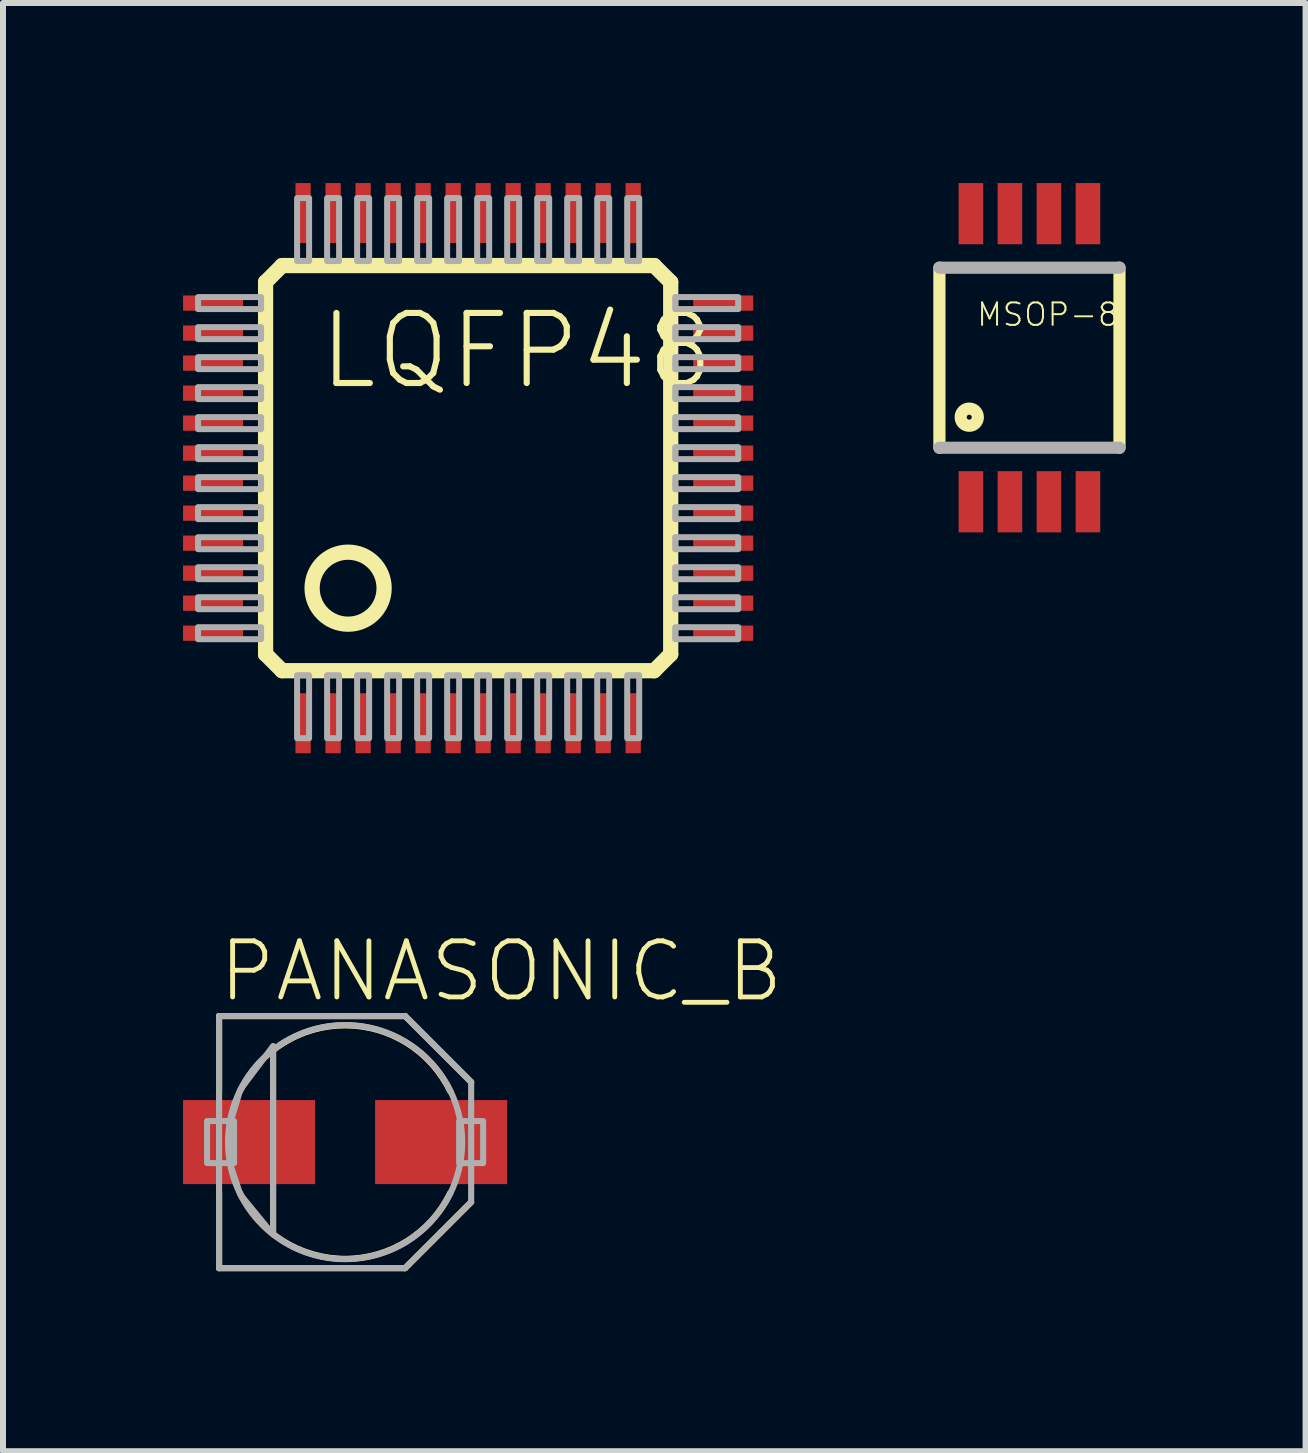
<source format=kicad_pcb>
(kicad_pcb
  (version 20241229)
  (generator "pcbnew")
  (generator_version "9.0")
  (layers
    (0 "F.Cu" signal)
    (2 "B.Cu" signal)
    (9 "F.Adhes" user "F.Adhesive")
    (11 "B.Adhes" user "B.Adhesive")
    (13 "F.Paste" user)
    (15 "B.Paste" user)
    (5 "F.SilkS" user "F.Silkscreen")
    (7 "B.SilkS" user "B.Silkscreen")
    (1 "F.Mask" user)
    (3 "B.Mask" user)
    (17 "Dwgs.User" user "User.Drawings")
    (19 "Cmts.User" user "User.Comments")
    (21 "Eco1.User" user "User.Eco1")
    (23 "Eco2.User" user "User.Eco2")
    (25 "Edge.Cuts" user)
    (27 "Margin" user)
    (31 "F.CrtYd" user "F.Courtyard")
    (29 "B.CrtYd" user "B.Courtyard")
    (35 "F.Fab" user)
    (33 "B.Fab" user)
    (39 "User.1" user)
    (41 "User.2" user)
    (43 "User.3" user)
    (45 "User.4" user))
  (footprint "PANASONIC_B"
    (layer "F.Cu")
    (at 2.7 15.979)
    (property "Reference" "PANASONIC_B" (at -2.15 -2.3 0) (layer "F.SilkS") (effects (font (size 0.935 0.935) (thickness 0.081)) (justify left bottom)))
    (fp_line (start -2.1 -2.1) (end 1 -2.1) (stroke (width 0.102) (type solid)) (layer "F.SilkS"))
    (fp_line (start -2.1 -0.85) (end -2.1 -2.1) (stroke (width 0.102) (type solid)) (layer "F.SilkS"))
    (fp_line (start -2.1 2.1) (end -2.1 0.85) (stroke (width 0.102) (type solid)) (layer "F.SilkS"))
    (fp_line (start 1 -2.1) (end 2.1 -1) (stroke (width 0.102) (type solid)) (layer "F.SilkS"))
    (fp_line (start 1 2.1) (end -2.1 2.1) (stroke (width 0.102) (type solid)) (layer "F.SilkS"))
    (fp_line (start 2.1 1) (end 1 2.1) (stroke (width 0.102) (type solid)) (layer "F.SilkS"))
    (fp_arc (start -1.75 -0.85) (mid 0 -1.945508) (end 1.75 -0.85) (stroke (width 0.1016) (type solid)) (layer "F.SilkS"))
    (fp_arc (start 1.75 0.85) (mid 0 1.945508) (end -1.75 0.85) (stroke (width 0.1016) (type solid)) (layer "F.SilkS"))
    (fp_line (start -2.1 -2.1) (end 1 -2.1) (stroke (width 0.102) (type solid)) (layer "F.Fab"))
    (fp_line (start -2.1 2.1) (end -2.1 -2.1) (stroke (width 0.102) (type solid)) (layer "F.Fab"))
    (fp_line (start -1.2 -1.5) (end -1.2 1.5) (stroke (width 0.102) (type solid)) (layer "F.Fab"))
    (fp_line (start 1 -2.1) (end 2.1 -1) (stroke (width 0.102) (type solid)) (layer "F.Fab"))
    (fp_line (start 1 2.1) (end -2.1 2.1) (stroke (width 0.102) (type solid)) (layer "F.Fab"))
    (fp_line (start 2.1 -1) (end 2.1 1) (stroke (width 0.102) (type solid)) (layer "F.Fab"))
    (fp_line (start 2.1 1) (end 1 2.1) (stroke (width 0.102) (type solid)) (layer "F.Fab"))
    (fp_circle (center 0 0) (end 1.95 0) (stroke (width 0.102) (type solid)) (fill no) (layer "F.Fab"))
    (fp_poly (pts (xy -2.3 0.35) (xy -1.85 0.35) (xy -1.85 -0.35) (xy -2.3 -0.35)) (stroke (width 0.1) (type solid)) (fill no) (layer "F.Fab"))
    (fp_poly (pts (xy 1.9 0.35) (xy 2.3 0.35) (xy 2.3 -0.35) (xy 1.9 -0.35)) (stroke (width 0.1) (type solid)) (fill no) (layer "F.Fab"))
    (fp_poly (pts (xy -1.199 1.542) (xy -1.745 0.875) (xy -1.901 0.408) (xy -1.901 -0.357) (xy -1.746 -0.873) (xy -1.199 -1.602)) (stroke (width 0.1) (type solid)) (fill no) (layer "F.Fab"))
    (pad "+" smd rect (at 1.6 0) (size 2.2 1.4) (layers "F.Cu" "F.Mask" "F.Paste"))
    (pad "-" smd rect (at -1.6 0) (size 2.2 1.4) (layers "F.Cu" "F.Mask" "F.Paste")))
  (footprint "LQFP48"
    (layer "F.Cu")
    (at 4.75 4.75)
    (property "Reference" "LQFP48" (at -2.54 -1.27 0) (layer "F.SilkS") (effects (font (size 1.168 1.168) (thickness 0.102)) (justify left bottom)))
    (fp_line (start -3.375 -3.1) (end -3.1 -3.375) (stroke (width 0.254) (type solid)) (layer "F.SilkS"))
    (fp_line (start -3.375 3.1) (end -3.375 -3.1) (stroke (width 0.254) (type solid)) (layer "F.SilkS"))
    (fp_line (start -3.1 -3.375) (end 3.1 -3.375) (stroke (width 0.254) (type solid)) (layer "F.SilkS"))
    (fp_line (start -3.1 3.375) (end -3.375 3.1) (stroke (width 0.254) (type solid)) (layer "F.SilkS"))
    (fp_line (start 3.1 -3.375) (end 3.375 -3.1) (stroke (width 0.254) (type solid)) (layer "F.SilkS"))
    (fp_line (start 3.1 3.375) (end -3.1 3.375) (stroke (width 0.254) (type solid)) (layer "F.SilkS"))
    (fp_line (start 3.375 -3.1) (end 3.375 3.1) (stroke (width 0.254) (type solid)) (layer "F.SilkS"))
    (fp_line (start 3.375 3.1) (end 3.1 3.375) (stroke (width 0.254) (type solid)) (layer "F.SilkS"))
    (fp_circle (center -2 2) (end -1.4 2) (stroke (width 0.254) (type solid)) (fill no) (layer "F.SilkS"))
    (fp_poly (pts (xy -4.5 -2.65) (xy -3.45 -2.65) (xy -3.45 -2.85) (xy -4.5 -2.85)) (stroke (width 0.1) (type solid)) (fill no) (layer "F.Fab"))
    (fp_poly (pts (xy -4.5 -2.15) (xy -3.45 -2.15) (xy -3.45 -2.35) (xy -4.5 -2.35)) (stroke (width 0.1) (type solid)) (fill no) (layer "F.Fab"))
    (fp_poly (pts (xy -4.5 -1.65) (xy -3.45 -1.65) (xy -3.45 -1.85) (xy -4.5 -1.85)) (stroke (width 0.1) (type solid)) (fill no) (layer "F.Fab"))
    (fp_poly (pts (xy -4.5 -1.15) (xy -3.45 -1.15) (xy -3.45 -1.35) (xy -4.5 -1.35)) (stroke (width 0.1) (type solid)) (fill no) (layer "F.Fab"))
    (fp_poly (pts (xy -4.5 -0.65) (xy -3.45 -0.65) (xy -3.45 -0.85) (xy -4.5 -0.85)) (stroke (width 0.1) (type solid)) (fill no) (layer "F.Fab"))
    (fp_poly (pts (xy -4.5 -0.15) (xy -3.45 -0.15) (xy -3.45 -0.35) (xy -4.5 -0.35)) (stroke (width 0.1) (type solid)) (fill no) (layer "F.Fab"))
    (fp_poly (pts (xy -4.5 0.35) (xy -3.45 0.35) (xy -3.45 0.15) (xy -4.5 0.15)) (stroke (width 0.1) (type solid)) (fill no) (layer "F.Fab"))
    (fp_poly (pts (xy -4.5 0.85) (xy -3.45 0.85) (xy -3.45 0.65) (xy -4.5 0.65)) (stroke (width 0.1) (type solid)) (fill no) (layer "F.Fab"))
    (fp_poly (pts (xy -4.5 1.35) (xy -3.45 1.35) (xy -3.45 1.15) (xy -4.5 1.15)) (stroke (width 0.1) (type solid)) (fill no) (layer "F.Fab"))
    (fp_poly (pts (xy -4.5 1.85) (xy -3.45 1.85) (xy -3.45 1.65) (xy -4.5 1.65)) (stroke (width 0.1) (type solid)) (fill no) (layer "F.Fab"))
    (fp_poly (pts (xy -4.5 2.35) (xy -3.45 2.35) (xy -3.45 2.15) (xy -4.5 2.15)) (stroke (width 0.1) (type solid)) (fill no) (layer "F.Fab"))
    (fp_poly (pts (xy -4.5 2.85) (xy -3.45 2.85) (xy -3.45 2.65) (xy -4.5 2.65)) (stroke (width 0.1) (type solid)) (fill no) (layer "F.Fab"))
    (fp_poly (pts (xy -2.85 -3.45) (xy -2.65 -3.45) (xy -2.65 -4.5) (xy -2.85 -4.5)) (stroke (width 0.1) (type solid)) (fill no) (layer "F.Fab"))
    (fp_poly (pts (xy -2.85 4.5) (xy -2.65 4.5) (xy -2.65 3.45) (xy -2.85 3.45)) (stroke (width 0.1) (type solid)) (fill no) (layer "F.Fab"))
    (fp_poly (pts (xy -2.35 -3.45) (xy -2.15 -3.45) (xy -2.15 -4.5) (xy -2.35 -4.5)) (stroke (width 0.1) (type solid)) (fill no) (layer "F.Fab"))
    (fp_poly (pts (xy -2.35 4.5) (xy -2.15 4.5) (xy -2.15 3.45) (xy -2.35 3.45)) (stroke (width 0.1) (type solid)) (fill no) (layer "F.Fab"))
    (fp_poly (pts (xy -1.85 -3.45) (xy -1.65 -3.45) (xy -1.65 -4.5) (xy -1.85 -4.5)) (stroke (width 0.1) (type solid)) (fill no) (layer "F.Fab"))
    (fp_poly (pts (xy -1.85 4.5) (xy -1.65 4.5) (xy -1.65 3.45) (xy -1.85 3.45)) (stroke (width 0.1) (type solid)) (fill no) (layer "F.Fab"))
    (fp_poly (pts (xy -1.35 -3.45) (xy -1.15 -3.45) (xy -1.15 -4.5) (xy -1.35 -4.5)) (stroke (width 0.1) (type solid)) (fill no) (layer "F.Fab"))
    (fp_poly (pts (xy -1.35 4.5) (xy -1.15 4.5) (xy -1.15 3.45) (xy -1.35 3.45)) (stroke (width 0.1) (type solid)) (fill no) (layer "F.Fab"))
    (fp_poly (pts (xy -0.85 -3.45) (xy -0.65 -3.45) (xy -0.65 -4.5) (xy -0.85 -4.5)) (stroke (width 0.1) (type solid)) (fill no) (layer "F.Fab"))
    (fp_poly (pts (xy -0.85 4.5) (xy -0.65 4.5) (xy -0.65 3.45) (xy -0.85 3.45)) (stroke (width 0.1) (type solid)) (fill no) (layer "F.Fab"))
    (fp_poly (pts (xy -0.35 -3.45) (xy -0.15 -3.45) (xy -0.15 -4.5) (xy -0.35 -4.5)) (stroke (width 0.1) (type solid)) (fill no) (layer "F.Fab"))
    (fp_poly (pts (xy -0.35 4.5) (xy -0.15 4.5) (xy -0.15 3.45) (xy -0.35 3.45)) (stroke (width 0.1) (type solid)) (fill no) (layer "F.Fab"))
    (fp_poly (pts (xy 0.15 -3.45) (xy 0.35 -3.45) (xy 0.35 -4.5) (xy 0.15 -4.5)) (stroke (width 0.1) (type solid)) (fill no) (layer "F.Fab"))
    (fp_poly (pts (xy 0.15 4.5) (xy 0.35 4.5) (xy 0.35 3.45) (xy 0.15 3.45)) (stroke (width 0.1) (type solid)) (fill no) (layer "F.Fab"))
    (fp_poly (pts (xy 0.65 -3.45) (xy 0.85 -3.45) (xy 0.85 -4.5) (xy 0.65 -4.5)) (stroke (width 0.1) (type solid)) (fill no) (layer "F.Fab"))
    (fp_poly (pts (xy 0.65 4.5) (xy 0.85 4.5) (xy 0.85 3.45) (xy 0.65 3.45)) (stroke (width 0.1) (type solid)) (fill no) (layer "F.Fab"))
    (fp_poly (pts (xy 1.15 -3.45) (xy 1.35 -3.45) (xy 1.35 -4.5) (xy 1.15 -4.5)) (stroke (width 0.1) (type solid)) (fill no) (layer "F.Fab"))
    (fp_poly (pts (xy 1.15 4.5) (xy 1.35 4.5) (xy 1.35 3.45) (xy 1.15 3.45)) (stroke (width 0.1) (type solid)) (fill no) (layer "F.Fab"))
    (fp_poly (pts (xy 1.65 -3.45) (xy 1.85 -3.45) (xy 1.85 -4.5) (xy 1.65 -4.5)) (stroke (width 0.1) (type solid)) (fill no) (layer "F.Fab"))
    (fp_poly (pts (xy 1.65 4.5) (xy 1.85 4.5) (xy 1.85 3.45) (xy 1.65 3.45)) (stroke (width 0.1) (type solid)) (fill no) (layer "F.Fab"))
    (fp_poly (pts (xy 2.15 -3.45) (xy 2.35 -3.45) (xy 2.35 -4.5) (xy 2.15 -4.5)) (stroke (width 0.1) (type solid)) (fill no) (layer "F.Fab"))
    (fp_poly (pts (xy 2.15 4.5) (xy 2.35 4.5) (xy 2.35 3.45) (xy 2.15 3.45)) (stroke (width 0.1) (type solid)) (fill no) (layer "F.Fab"))
    (fp_poly (pts (xy 2.65 -3.45) (xy 2.85 -3.45) (xy 2.85 -4.5) (xy 2.65 -4.5)) (stroke (width 0.1) (type solid)) (fill no) (layer "F.Fab"))
    (fp_poly (pts (xy 2.65 4.5) (xy 2.85 4.5) (xy 2.85 3.45) (xy 2.65 3.45)) (stroke (width 0.1) (type solid)) (fill no) (layer "F.Fab"))
    (fp_poly (pts (xy 3.45 -2.65) (xy 4.5 -2.65) (xy 4.5 -2.85) (xy 3.45 -2.85)) (stroke (width 0.1) (type solid)) (fill no) (layer "F.Fab"))
    (fp_poly (pts (xy 3.45 -2.15) (xy 4.5 -2.15) (xy 4.5 -2.35) (xy 3.45 -2.35)) (stroke (width 0.1) (type solid)) (fill no) (layer "F.Fab"))
    (fp_poly (pts (xy 3.45 -1.65) (xy 4.5 -1.65) (xy 4.5 -1.85) (xy 3.45 -1.85)) (stroke (width 0.1) (type solid)) (fill no) (layer "F.Fab"))
    (fp_poly (pts (xy 3.45 -1.15) (xy 4.5 -1.15) (xy 4.5 -1.35) (xy 3.45 -1.35)) (stroke (width 0.1) (type solid)) (fill no) (layer "F.Fab"))
    (fp_poly (pts (xy 3.45 -0.65) (xy 4.5 -0.65) (xy 4.5 -0.85) (xy 3.45 -0.85)) (stroke (width 0.1) (type solid)) (fill no) (layer "F.Fab"))
    (fp_poly (pts (xy 3.45 -0.15) (xy 4.5 -0.15) (xy 4.5 -0.35) (xy 3.45 -0.35)) (stroke (width 0.1) (type solid)) (fill no) (layer "F.Fab"))
    (fp_poly (pts (xy 3.45 0.35) (xy 4.5 0.35) (xy 4.5 0.15) (xy 3.45 0.15)) (stroke (width 0.1) (type solid)) (fill no) (layer "F.Fab"))
    (fp_poly (pts (xy 3.45 0.85) (xy 4.5 0.85) (xy 4.5 0.65) (xy 3.45 0.65)) (stroke (width 0.1) (type solid)) (fill no) (layer "F.Fab"))
    (fp_poly (pts (xy 3.45 1.35) (xy 4.5 1.35) (xy 4.5 1.15) (xy 3.45 1.15)) (stroke (width 0.1) (type solid)) (fill no) (layer "F.Fab"))
    (fp_poly (pts (xy 3.45 1.85) (xy 4.5 1.85) (xy 4.5 1.65) (xy 3.45 1.65)) (stroke (width 0.1) (type solid)) (fill no) (layer "F.Fab"))
    (fp_poly (pts (xy 3.45 2.35) (xy 4.5 2.35) (xy 4.5 2.15) (xy 3.45 2.15)) (stroke (width 0.1) (type solid)) (fill no) (layer "F.Fab"))
    (fp_poly (pts (xy 3.45 2.85) (xy 4.5 2.85) (xy 4.5 2.65) (xy 3.45 2.65)) (stroke (width 0.1) (type solid)) (fill no) (layer "F.Fab"))
    (pad "1" smd rect (at -2.75 4.25) (size 0.254 1) (layers "F.Cu" "F.Mask" "F.Paste"))
    (pad "2" smd rect (at -2.25 4.25) (size 0.254 1) (layers "F.Cu" "F.Mask" "F.Paste"))
    (pad "3" smd rect (at -1.75 4.25) (size 0.254 1) (layers "F.Cu" "F.Mask" "F.Paste"))
    (pad "4" smd rect (at -1.25 4.25) (size 0.254 1) (layers "F.Cu" "F.Mask" "F.Paste"))
    (pad "5" smd rect (at -0.75 4.25) (size 0.254 1) (layers "F.Cu" "F.Mask" "F.Paste"))
    (pad "6" smd rect (at -0.25 4.25) (size 0.254 1) (layers "F.Cu" "F.Mask" "F.Paste"))
    (pad "7" smd rect (at 0.25 4.25) (size 0.254 1) (layers "F.Cu" "F.Mask" "F.Paste"))
    (pad "8" smd rect (at 0.75 4.25) (size 0.254 1) (layers "F.Cu" "F.Mask" "F.Paste"))
    (pad "9" smd rect (at 1.25 4.25) (size 0.254 1) (layers "F.Cu" "F.Mask" "F.Paste"))
    (pad "10" smd rect (at 1.75 4.25) (size 0.254 1) (layers "F.Cu" "F.Mask" "F.Paste"))
    (pad "11" smd rect (at 2.25 4.25) (size 0.254 1) (layers "F.Cu" "F.Mask" "F.Paste"))
    (pad "12" smd rect (at 2.75 4.25) (size 0.254 1) (layers "F.Cu" "F.Mask" "F.Paste"))
    (pad "13" smd rect (at 4.25 2.75) (size 1 0.254) (layers "F.Cu" "F.Mask" "F.Paste"))
    (pad "14" smd rect (at 4.25 2.25) (size 1 0.254) (layers "F.Cu" "F.Mask" "F.Paste"))
    (pad "15" smd rect (at 4.25 1.75) (size 1 0.254) (layers "F.Cu" "F.Mask" "F.Paste"))
    (pad "16" smd rect (at 4.25 1.25) (size 1 0.254) (layers "F.Cu" "F.Mask" "F.Paste"))
    (pad "17" smd rect (at 4.25 0.75) (size 1 0.254) (layers "F.Cu" "F.Mask" "F.Paste"))
    (pad "18" smd rect (at 4.25 0.25) (size 1 0.254) (layers "F.Cu" "F.Mask" "F.Paste"))
    (pad "19" smd rect (at 4.25 -0.25) (size 1 0.254) (layers "F.Cu" "F.Mask" "F.Paste"))
    (pad "20" smd rect (at 4.25 -0.75) (size 1 0.254) (layers "F.Cu" "F.Mask" "F.Paste"))
    (pad "21" smd rect (at 4.25 -1.25) (size 1 0.254) (layers "F.Cu" "F.Mask" "F.Paste"))
    (pad "22" smd rect (at 4.25 -1.75) (size 1 0.254) (layers "F.Cu" "F.Mask" "F.Paste"))
    (pad "23" smd rect (at 4.25 -2.25) (size 1 0.254) (layers "F.Cu" "F.Mask" "F.Paste"))
    (pad "24" smd rect (at 4.25 -2.75) (size 1 0.254) (layers "F.Cu" "F.Mask" "F.Paste"))
    (pad "25" smd rect (at 2.75 -4.25) (size 0.254 1) (layers "F.Cu" "F.Mask" "F.Paste"))
    (pad "26" smd rect (at 2.25 -4.25) (size 0.254 1) (layers "F.Cu" "F.Mask" "F.Paste"))
    (pad "27" smd rect (at 1.75 -4.25) (size 0.254 1) (layers "F.Cu" "F.Mask" "F.Paste"))
    (pad "28" smd rect (at 1.25 -4.25) (size 0.254 1) (layers "F.Cu" "F.Mask" "F.Paste"))
    (pad "29" smd rect (at 0.75 -4.25) (size 0.254 1) (layers "F.Cu" "F.Mask" "F.Paste"))
    (pad "30" smd rect (at 0.25 -4.25) (size 0.254 1) (layers "F.Cu" "F.Mask" "F.Paste"))
    (pad "31" smd rect (at -0.25 -4.25) (size 0.254 1) (layers "F.Cu" "F.Mask" "F.Paste"))
    (pad "32" smd rect (at -0.75 -4.25) (size 0.254 1) (layers "F.Cu" "F.Mask" "F.Paste"))
    (pad "33" smd rect (at -1.25 -4.25) (size 0.254 1) (layers "F.Cu" "F.Mask" "F.Paste"))
    (pad "34" smd rect (at -1.75 -4.25) (size 0.254 1) (layers "F.Cu" "F.Mask" "F.Paste"))
    (pad "35" smd rect (at -2.25 -4.25) (size 0.254 1) (layers "F.Cu" "F.Mask" "F.Paste"))
    (pad "36" smd rect (at -2.75 -4.25) (size 0.254 1) (layers "F.Cu" "F.Mask" "F.Paste"))
    (pad "37" smd rect (at -4.25 -2.75) (size 1 0.254) (layers "F.Cu" "F.Mask" "F.Paste"))
    (pad "38" smd rect (at -4.25 -2.25) (size 1 0.254) (layers "F.Cu" "F.Mask" "F.Paste"))
    (pad "39" smd rect (at -4.25 -1.75) (size 1 0.254) (layers "F.Cu" "F.Mask" "F.Paste"))
    (pad "40" smd rect (at -4.25 -1.25) (size 1 0.254) (layers "F.Cu" "F.Mask" "F.Paste"))
    (pad "41" smd rect (at -4.25 -0.75) (size 1 0.254) (layers "F.Cu" "F.Mask" "F.Paste"))
    (pad "42" smd rect (at -4.25 -0.25) (size 1 0.254) (layers "F.Cu" "F.Mask" "F.Paste"))
    (pad "43" smd rect (at -4.25 0.25) (size 1 0.254) (layers "F.Cu" "F.Mask" "F.Paste"))
    (pad "44" smd rect (at -4.25 0.75) (size 1 0.254) (layers "F.Cu" "F.Mask" "F.Paste"))
    (pad "45" smd rect (at -4.25 1.25) (size 1 0.254) (layers "F.Cu" "F.Mask" "F.Paste"))
    (pad "46" smd rect (at -4.25 1.75) (size 1 0.254) (layers "F.Cu" "F.Mask" "F.Paste"))
    (pad "47" smd rect (at -4.25 2.25) (size 1 0.254) (layers "F.Cu" "F.Mask" "F.Paste"))
    (pad "48" smd rect (at -4.25 2.75) (size 1 0.254) (layers "F.Cu" "F.Mask" "F.Paste")))
  (footprint "MSOP-8"
    (layer "F.Cu")
    (at 14.102 2.91)
    (property "Reference" "MSOP-8" (at -0.9 -0.5 0) (layer "F.SilkS") (effects (font (size 0.374 0.374) (thickness 0.033)) (justify left bottom)))
    (fp_line (start -1.5 -1.5) (end -1.5 1.5) (stroke (width 0.203) (type solid)) (layer "F.SilkS"))
    (fp_line (start 1.5 1.5) (end 1.5 -1.5) (stroke (width 0.203) (type solid)) (layer "F.SilkS"))
    (fp_circle (center -1.003 0.991) (end -0.86 0.991) (stroke (width 0.203) (type solid)) (fill no) (layer "F.SilkS"))
    (fp_line (start -1.5 1.5) (end 1.5 1.5) (stroke (width 0.203) (type solid)) (layer "F.Fab"))
    (fp_line (start 1.5 -1.5) (end -1.5 -1.5) (stroke (width 0.203) (type solid)) (layer "F.Fab"))
    (pad "1" smd rect (at -0.975 2.4) (size 0.41 1.02) (layers "F.Cu" "F.Mask" "F.Paste"))
    (pad "2" smd rect (at -0.325 2.4) (size 0.41 1.02) (layers "F.Cu" "F.Mask" "F.Paste"))
    (pad "3" smd rect (at 0.325 2.4) (size 0.41 1.02) (layers "F.Cu" "F.Mask" "F.Paste"))
    (pad "4" smd rect (at 0.975 2.4) (size 0.41 1.02) (layers "F.Cu" "F.Mask" "F.Paste"))
    (pad "5" smd rect (at 0.975 -2.4) (size 0.41 1.02) (layers "F.Cu" "F.Mask" "F.Paste"))
    (pad "6" smd rect (at 0.325 -2.4) (size 0.41 1.02) (layers "F.Cu" "F.Mask" "F.Paste"))
    (pad "7" smd rect (at -0.325 -2.4) (size 0.41 1.02) (layers "F.Cu" "F.Mask" "F.Paste"))
    (pad "8" smd rect (at -0.975 -2.4) (size 0.41 1.02) (layers "F.Cu" "F.Mask" "F.Paste")))
  (gr_rect
    (start -3 -3)
    (end 18.703 21.129)
    (stroke (width 0.1) (type default))
    (fill no)
    (layer "Edge.Cuts")))
</source>
